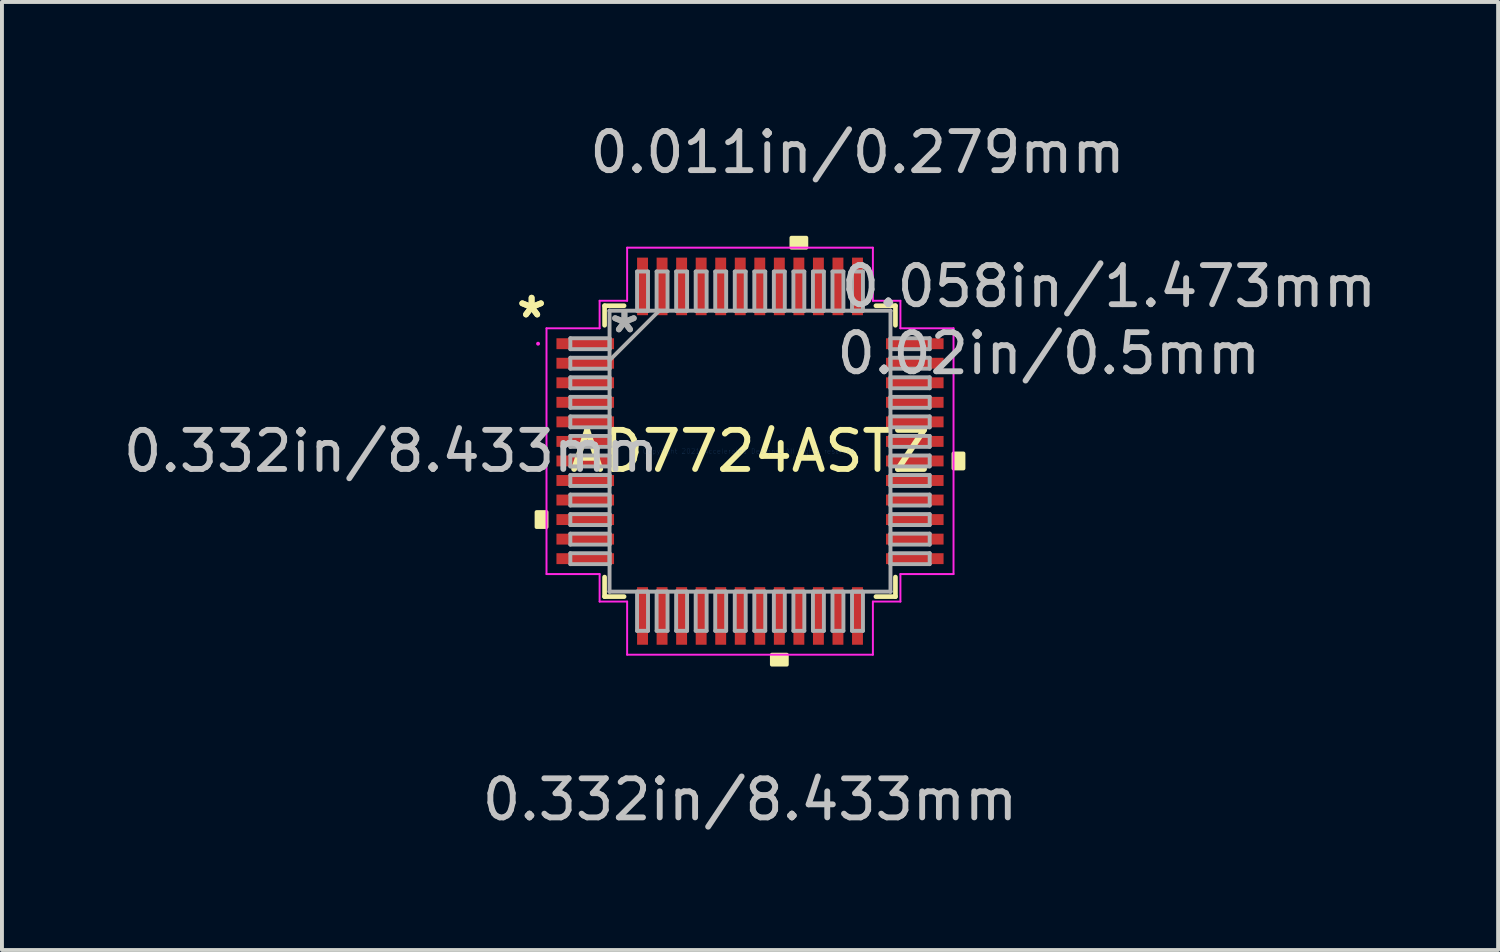
<source format=kicad_pcb>
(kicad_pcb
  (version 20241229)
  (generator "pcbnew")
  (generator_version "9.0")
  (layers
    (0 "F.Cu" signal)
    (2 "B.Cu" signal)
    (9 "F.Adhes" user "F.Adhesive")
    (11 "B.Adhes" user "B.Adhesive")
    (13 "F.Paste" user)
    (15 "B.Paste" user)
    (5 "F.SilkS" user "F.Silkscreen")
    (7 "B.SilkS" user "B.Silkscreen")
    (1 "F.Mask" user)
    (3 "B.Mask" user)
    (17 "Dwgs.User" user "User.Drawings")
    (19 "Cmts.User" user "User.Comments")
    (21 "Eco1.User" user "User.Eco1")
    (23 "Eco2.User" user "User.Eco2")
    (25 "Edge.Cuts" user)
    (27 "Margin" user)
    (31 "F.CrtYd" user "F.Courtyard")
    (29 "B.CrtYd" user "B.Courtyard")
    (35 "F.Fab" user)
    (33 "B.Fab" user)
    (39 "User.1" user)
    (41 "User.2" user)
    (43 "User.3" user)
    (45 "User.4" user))
  (footprint "AD7724ASTZ"
    (layer "F.Cu")
    (at 16.14 8.494)
    (property "Reference" "AD7724ASTZ" (at 0 0 0) (layer "F.SilkS") (effects (font (size 1 1) (thickness 0.15))))
    (attr through_hole)
    (fp_line (start -3.721 -3.721) (end -3.721 -3.222) (stroke (width 0.12) (type solid)) (layer "F.SilkS"))
    (fp_line (start -3.721 3.222) (end -3.721 3.721) (stroke (width 0.12) (type solid)) (layer "F.SilkS"))
    (fp_line (start -3.721 3.721) (end -3.222 3.721) (stroke (width 0.12) (type solid)) (layer "F.SilkS"))
    (fp_line (start -3.222 -3.721) (end -3.721 -3.721) (stroke (width 0.12) (type solid)) (layer "F.SilkS"))
    (fp_line (start 3.222 3.721) (end 3.721 3.721) (stroke (width 0.12) (type solid)) (layer "F.SilkS"))
    (fp_line (start 3.721 -3.721) (end 3.222 -3.721) (stroke (width 0.12) (type solid)) (layer "F.SilkS"))
    (fp_line (start 3.721 -3.222) (end 3.721 -3.721) (stroke (width 0.12) (type solid)) (layer "F.SilkS"))
    (fp_line (start 3.721 3.721) (end 3.721 3.222) (stroke (width 0.12) (type solid)) (layer "F.SilkS"))
    (fp_poly (pts (xy -5.461 1.559) (xy -5.461 1.94) (xy -5.207 1.94) (xy -5.207 1.559)) (stroke (width 0.1) (type solid)) (fill yes) (layer "F.SilkS"))
    (fp_poly (pts (xy 0.56 5.207) (xy 0.56 5.461) (xy 0.941 5.461) (xy 0.941 5.207)) (stroke (width 0.1) (type solid)) (fill yes) (layer "F.SilkS"))
    (fp_poly (pts (xy 1.06 -5.207) (xy 1.06 -5.461) (xy 1.44 -5.461) (xy 1.44 -5.207)) (stroke (width 0.1) (type solid)) (fill yes) (layer "F.SilkS"))
    (fp_poly (pts (xy 5.461 0.059) (xy 5.461 0.441) (xy 5.207 0.441) (xy 5.207 0.059)) (stroke (width 0.1) (type solid)) (fill yes) (layer "F.SilkS"))
    (fp_line (start -5.207 -3.144) (end -3.848 -3.144) (stroke (width 0.05) (type solid)) (layer "F.CrtYd"))
    (fp_line (start -5.207 3.144) (end -5.207 -3.144) (stroke (width 0.05) (type solid)) (layer "F.CrtYd"))
    (fp_line (start -3.848 -3.848) (end -3.144 -3.848) (stroke (width 0.05) (type solid)) (layer "F.CrtYd"))
    (fp_line (start -3.848 -3.144) (end -3.848 -3.848) (stroke (width 0.05) (type solid)) (layer "F.CrtYd"))
    (fp_line (start -3.848 3.144) (end -5.207 3.144) (stroke (width 0.05) (type solid)) (layer "F.CrtYd"))
    (fp_line (start -3.848 3.848) (end -3.848 3.144) (stroke (width 0.05) (type solid)) (layer "F.CrtYd"))
    (fp_line (start -3.144 -5.207) (end 3.144 -5.207) (stroke (width 0.05) (type solid)) (layer "F.CrtYd"))
    (fp_line (start -3.144 -3.848) (end -3.144 -5.207) (stroke (width 0.05) (type solid)) (layer "F.CrtYd"))
    (fp_line (start -3.144 3.848) (end -3.848 3.848) (stroke (width 0.05) (type solid)) (layer "F.CrtYd"))
    (fp_line (start -3.144 5.207) (end -3.144 3.848) (stroke (width 0.05) (type solid)) (layer "F.CrtYd"))
    (fp_line (start 3.144 -5.207) (end 3.144 -3.848) (stroke (width 0.05) (type solid)) (layer "F.CrtYd"))
    (fp_line (start 3.144 -3.848) (end 3.848 -3.848) (stroke (width 0.05) (type solid)) (layer "F.CrtYd"))
    (fp_line (start 3.144 3.848) (end 3.144 5.207) (stroke (width 0.05) (type solid)) (layer "F.CrtYd"))
    (fp_line (start 3.144 5.207) (end -3.144 5.207) (stroke (width 0.05) (type solid)) (layer "F.CrtYd"))
    (fp_line (start 3.848 -3.848) (end 3.848 -3.144) (stroke (width 0.05) (type solid)) (layer "F.CrtYd"))
    (fp_line (start 3.848 -3.144) (end 5.207 -3.144) (stroke (width 0.05) (type solid)) (layer "F.CrtYd"))
    (fp_line (start 3.848 3.144) (end 3.848 3.848) (stroke (width 0.05) (type solid)) (layer "F.CrtYd"))
    (fp_line (start 3.848 3.848) (end 3.144 3.848) (stroke (width 0.05) (type solid)) (layer "F.CrtYd"))
    (fp_line (start 5.207 -3.144) (end 5.207 3.144) (stroke (width 0.05) (type solid)) (layer "F.CrtYd"))
    (fp_line (start 5.207 3.144) (end 3.848 3.144) (stroke (width 0.05) (type solid)) (layer "F.CrtYd"))
    (fp_circle (center -5.423 -2.75) (end -5.423 -2.75) (stroke (width 0.05) (type solid)) (fill no) (layer "F.CrtYd"))
    (fp_line (start -4.597 -2.89) (end -4.597 -2.61) (stroke (width 0.1) (type solid)) (layer "F.Fab"))
    (fp_line (start -4.597 -2.61) (end -3.594 -2.61) (stroke (width 0.1) (type solid)) (layer "F.Fab"))
    (fp_line (start -4.597 -2.39) (end -4.597 -2.11) (stroke (width 0.1) (type solid)) (layer "F.Fab"))
    (fp_line (start -4.597 -2.11) (end -3.594 -2.11) (stroke (width 0.1) (type solid)) (layer "F.Fab"))
    (fp_line (start -4.597 -1.89) (end -4.597 -1.61) (stroke (width 0.1) (type solid)) (layer "F.Fab"))
    (fp_line (start -4.597 -1.61) (end -3.594 -1.61) (stroke (width 0.1) (type solid)) (layer "F.Fab"))
    (fp_line (start -4.597 -1.39) (end -4.597 -1.11) (stroke (width 0.1) (type solid)) (layer "F.Fab"))
    (fp_line (start -4.597 -1.11) (end -3.594 -1.11) (stroke (width 0.1) (type solid)) (layer "F.Fab"))
    (fp_line (start -4.597 -0.89) (end -4.597 -0.61) (stroke (width 0.1) (type solid)) (layer "F.Fab"))
    (fp_line (start -4.597 -0.61) (end -3.594 -0.61) (stroke (width 0.1) (type solid)) (layer "F.Fab"))
    (fp_line (start -4.597 -0.39) (end -4.597 -0.11) (stroke (width 0.1) (type solid)) (layer "F.Fab"))
    (fp_line (start -4.597 -0.11) (end -3.594 -0.11) (stroke (width 0.1) (type solid)) (layer "F.Fab"))
    (fp_line (start -4.597 0.11) (end -4.597 0.39) (stroke (width 0.1) (type solid)) (layer "F.Fab"))
    (fp_line (start -4.597 0.39) (end -3.594 0.39) (stroke (width 0.1) (type solid)) (layer "F.Fab"))
    (fp_line (start -4.597 0.61) (end -4.597 0.89) (stroke (width 0.1) (type solid)) (layer "F.Fab"))
    (fp_line (start -4.597 0.89) (end -3.594 0.89) (stroke (width 0.1) (type solid)) (layer "F.Fab"))
    (fp_line (start -4.597 1.11) (end -4.597 1.39) (stroke (width 0.1) (type solid)) (layer "F.Fab"))
    (fp_line (start -4.597 1.39) (end -3.594 1.39) (stroke (width 0.1) (type solid)) (layer "F.Fab"))
    (fp_line (start -4.597 1.61) (end -4.597 1.89) (stroke (width 0.1) (type solid)) (layer "F.Fab"))
    (fp_line (start -4.597 1.89) (end -3.594 1.89) (stroke (width 0.1) (type solid)) (layer "F.Fab"))
    (fp_line (start -4.597 2.11) (end -4.597 2.39) (stroke (width 0.1) (type solid)) (layer "F.Fab"))
    (fp_line (start -4.597 2.39) (end -3.594 2.39) (stroke (width 0.1) (type solid)) (layer "F.Fab"))
    (fp_line (start -4.597 2.61) (end -4.597 2.89) (stroke (width 0.1) (type solid)) (layer "F.Fab"))
    (fp_line (start -4.597 2.89) (end -3.594 2.89) (stroke (width 0.1) (type solid)) (layer "F.Fab"))
    (fp_line (start -3.594 -3.594) (end -3.594 -3.594) (stroke (width 0.1) (type solid)) (layer "F.Fab"))
    (fp_line (start -3.594 -3.594) (end -3.594 3.594) (stroke (width 0.1) (type solid)) (layer "F.Fab"))
    (fp_line (start -3.594 -2.89) (end -4.597 -2.89) (stroke (width 0.1) (type solid)) (layer "F.Fab"))
    (fp_line (start -3.594 -2.61) (end -3.594 -2.89) (stroke (width 0.1) (type solid)) (layer "F.Fab"))
    (fp_line (start -3.594 -2.39) (end -4.597 -2.39) (stroke (width 0.1) (type solid)) (layer "F.Fab"))
    (fp_line (start -3.594 -2.324) (end -2.324 -3.594) (stroke (width 0.1) (type solid)) (layer "F.Fab"))
    (fp_line (start -3.594 -2.11) (end -3.594 -2.39) (stroke (width 0.1) (type solid)) (layer "F.Fab"))
    (fp_line (start -3.594 -1.89) (end -4.597 -1.89) (stroke (width 0.1) (type solid)) (layer "F.Fab"))
    (fp_line (start -3.594 -1.61) (end -3.594 -1.89) (stroke (width 0.1) (type solid)) (layer "F.Fab"))
    (fp_line (start -3.594 -1.39) (end -4.597 -1.39) (stroke (width 0.1) (type solid)) (layer "F.Fab"))
    (fp_line (start -3.594 -1.11) (end -3.594 -1.39) (stroke (width 0.1) (type solid)) (layer "F.Fab"))
    (fp_line (start -3.594 -0.89) (end -4.597 -0.89) (stroke (width 0.1) (type solid)) (layer "F.Fab"))
    (fp_line (start -3.594 -0.61) (end -3.594 -0.89) (stroke (width 0.1) (type solid)) (layer "F.Fab"))
    (fp_line (start -3.594 -0.39) (end -4.597 -0.39) (stroke (width 0.1) (type solid)) (layer "F.Fab"))
    (fp_line (start -3.594 -0.11) (end -3.594 -0.39) (stroke (width 0.1) (type solid)) (layer "F.Fab"))
    (fp_line (start -3.594 0.11) (end -4.597 0.11) (stroke (width 0.1) (type solid)) (layer "F.Fab"))
    (fp_line (start -3.594 0.39) (end -3.594 0.11) (stroke (width 0.1) (type solid)) (layer "F.Fab"))
    (fp_line (start -3.594 0.61) (end -4.597 0.61) (stroke (width 0.1) (type solid)) (layer "F.Fab"))
    (fp_line (start -3.594 0.89) (end -3.594 0.61) (stroke (width 0.1) (type solid)) (layer "F.Fab"))
    (fp_line (start -3.594 1.11) (end -4.597 1.11) (stroke (width 0.1) (type solid)) (layer "F.Fab"))
    (fp_line (start -3.594 1.39) (end -3.594 1.11) (stroke (width 0.1) (type solid)) (layer "F.Fab"))
    (fp_line (start -3.594 1.61) (end -4.597 1.61) (stroke (width 0.1) (type solid)) (layer "F.Fab"))
    (fp_line (start -3.594 1.89) (end -3.594 1.61) (stroke (width 0.1) (type solid)) (layer "F.Fab"))
    (fp_line (start -3.594 2.11) (end -4.597 2.11) (stroke (width 0.1) (type solid)) (layer "F.Fab"))
    (fp_line (start -3.594 2.39) (end -3.594 2.11) (stroke (width 0.1) (type solid)) (layer "F.Fab"))
    (fp_line (start -3.594 2.61) (end -4.597 2.61) (stroke (width 0.1) (type solid)) (layer "F.Fab"))
    (fp_line (start -3.594 2.89) (end -3.594 2.61) (stroke (width 0.1) (type solid)) (layer "F.Fab"))
    (fp_line (start -3.594 3.594) (end -3.594 3.594) (stroke (width 0.1) (type solid)) (layer "F.Fab"))
    (fp_line (start -3.594 3.594) (end 3.594 3.594) (stroke (width 0.1) (type solid)) (layer "F.Fab"))
    (fp_line (start -2.89 -4.597) (end -2.89 -3.594) (stroke (width 0.1) (type solid)) (layer "F.Fab"))
    (fp_line (start -2.89 -3.594) (end -2.61 -3.594) (stroke (width 0.1) (type solid)) (layer "F.Fab"))
    (fp_line (start -2.89 3.594) (end -2.89 4.597) (stroke (width 0.1) (type solid)) (layer "F.Fab"))
    (fp_line (start -2.89 4.597) (end -2.61 4.597) (stroke (width 0.1) (type solid)) (layer "F.Fab"))
    (fp_line (start -2.61 -4.597) (end -2.89 -4.597) (stroke (width 0.1) (type solid)) (layer "F.Fab"))
    (fp_line (start -2.61 -3.594) (end -2.61 -4.597) (stroke (width 0.1) (type solid)) (layer "F.Fab"))
    (fp_line (start -2.61 3.594) (end -2.89 3.594) (stroke (width 0.1) (type solid)) (layer "F.Fab"))
    (fp_line (start -2.61 4.597) (end -2.61 3.594) (stroke (width 0.1) (type solid)) (layer "F.Fab"))
    (fp_line (start -2.39 -4.597) (end -2.39 -3.594) (stroke (width 0.1) (type solid)) (layer "F.Fab"))
    (fp_line (start -2.39 -3.594) (end -2.11 -3.594) (stroke (width 0.1) (type solid)) (layer "F.Fab"))
    (fp_line (start -2.39 3.594) (end -2.39 4.597) (stroke (width 0.1) (type solid)) (layer "F.Fab"))
    (fp_line (start -2.39 4.597) (end -2.11 4.597) (stroke (width 0.1) (type solid)) (layer "F.Fab"))
    (fp_line (start -2.11 -4.597) (end -2.39 -4.597) (stroke (width 0.1) (type solid)) (layer "F.Fab"))
    (fp_line (start -2.11 -3.594) (end -2.11 -4.597) (stroke (width 0.1) (type solid)) (layer "F.Fab"))
    (fp_line (start -2.11 3.594) (end -2.39 3.594) (stroke (width 0.1) (type solid)) (layer "F.Fab"))
    (fp_line (start -2.11 4.597) (end -2.11 3.594) (stroke (width 0.1) (type solid)) (layer "F.Fab"))
    (fp_line (start -1.89 -4.597) (end -1.89 -3.594) (stroke (width 0.1) (type solid)) (layer "F.Fab"))
    (fp_line (start -1.89 -3.594) (end -1.61 -3.594) (stroke (width 0.1) (type solid)) (layer "F.Fab"))
    (fp_line (start -1.89 3.594) (end -1.89 4.597) (stroke (width 0.1) (type solid)) (layer "F.Fab"))
    (fp_line (start -1.89 4.597) (end -1.61 4.597) (stroke (width 0.1) (type solid)) (layer "F.Fab"))
    (fp_line (start -1.61 -4.597) (end -1.89 -4.597) (stroke (width 0.1) (type solid)) (layer "F.Fab"))
    (fp_line (start -1.61 -3.594) (end -1.61 -4.597) (stroke (width 0.1) (type solid)) (layer "F.Fab"))
    (fp_line (start -1.61 3.594) (end -1.89 3.594) (stroke (width 0.1) (type solid)) (layer "F.Fab"))
    (fp_line (start -1.61 4.597) (end -1.61 3.594) (stroke (width 0.1) (type solid)) (layer "F.Fab"))
    (fp_line (start -1.39 -4.597) (end -1.39 -3.594) (stroke (width 0.1) (type solid)) (layer "F.Fab"))
    (fp_line (start -1.39 -3.594) (end -1.11 -3.594) (stroke (width 0.1) (type solid)) (layer "F.Fab"))
    (fp_line (start -1.39 3.594) (end -1.39 4.597) (stroke (width 0.1) (type solid)) (layer "F.Fab"))
    (fp_line (start -1.39 4.597) (end -1.11 4.597) (stroke (width 0.1) (type solid)) (layer "F.Fab"))
    (fp_line (start -1.11 -4.597) (end -1.39 -4.597) (stroke (width 0.1) (type solid)) (layer "F.Fab"))
    (fp_line (start -1.11 -3.594) (end -1.11 -4.597) (stroke (width 0.1) (type solid)) (layer "F.Fab"))
    (fp_line (start -1.11 3.594) (end -1.39 3.594) (stroke (width 0.1) (type solid)) (layer "F.Fab"))
    (fp_line (start -1.11 4.597) (end -1.11 3.594) (stroke (width 0.1) (type solid)) (layer "F.Fab"))
    (fp_line (start -0.89 -4.597) (end -0.89 -3.594) (stroke (width 0.1) (type solid)) (layer "F.Fab"))
    (fp_line (start -0.89 -3.594) (end -0.61 -3.594) (stroke (width 0.1) (type solid)) (layer "F.Fab"))
    (fp_line (start -0.89 3.594) (end -0.89 4.597) (stroke (width 0.1) (type solid)) (layer "F.Fab"))
    (fp_line (start -0.89 4.597) (end -0.61 4.597) (stroke (width 0.1) (type solid)) (layer "F.Fab"))
    (fp_line (start -0.61 -4.597) (end -0.89 -4.597) (stroke (width 0.1) (type solid)) (layer "F.Fab"))
    (fp_line (start -0.61 -3.594) (end -0.61 -4.597) (stroke (width 0.1) (type solid)) (layer "F.Fab"))
    (fp_line (start -0.61 3.594) (end -0.89 3.594) (stroke (width 0.1) (type solid)) (layer "F.Fab"))
    (fp_line (start -0.61 4.597) (end -0.61 3.594) (stroke (width 0.1) (type solid)) (layer "F.Fab"))
    (fp_line (start -0.39 -4.597) (end -0.39 -3.594) (stroke (width 0.1) (type solid)) (layer "F.Fab"))
    (fp_line (start -0.39 -3.594) (end -0.11 -3.594) (stroke (width 0.1) (type solid)) (layer "F.Fab"))
    (fp_line (start -0.39 3.594) (end -0.39 4.597) (stroke (width 0.1) (type solid)) (layer "F.Fab"))
    (fp_line (start -0.39 4.597) (end -0.11 4.597) (stroke (width 0.1) (type solid)) (layer "F.Fab"))
    (fp_line (start -0.11 -4.597) (end -0.39 -4.597) (stroke (width 0.1) (type solid)) (layer "F.Fab"))
    (fp_line (start -0.11 -3.594) (end -0.11 -4.597) (stroke (width 0.1) (type solid)) (layer "F.Fab"))
    (fp_line (start -0.11 3.594) (end -0.39 3.594) (stroke (width 0.1) (type solid)) (layer "F.Fab"))
    (fp_line (start -0.11 4.597) (end -0.11 3.594) (stroke (width 0.1) (type solid)) (layer "F.Fab"))
    (fp_line (start 0.11 -4.597) (end 0.11 -3.594) (stroke (width 0.1) (type solid)) (layer "F.Fab"))
    (fp_line (start 0.11 -3.594) (end 0.39 -3.594) (stroke (width 0.1) (type solid)) (layer "F.Fab"))
    (fp_line (start 0.11 3.594) (end 0.11 4.597) (stroke (width 0.1) (type solid)) (layer "F.Fab"))
    (fp_line (start 0.11 4.597) (end 0.39 4.597) (stroke (width 0.1) (type solid)) (layer "F.Fab"))
    (fp_line (start 0.39 -4.597) (end 0.11 -4.597) (stroke (width 0.1) (type solid)) (layer "F.Fab"))
    (fp_line (start 0.39 -3.594) (end 0.39 -4.597) (stroke (width 0.1) (type solid)) (layer "F.Fab"))
    (fp_line (start 0.39 3.594) (end 0.11 3.594) (stroke (width 0.1) (type solid)) (layer "F.Fab"))
    (fp_line (start 0.39 4.597) (end 0.39 3.594) (stroke (width 0.1) (type solid)) (layer "F.Fab"))
    (fp_line (start 0.61 -4.597) (end 0.61 -3.594) (stroke (width 0.1) (type solid)) (layer "F.Fab"))
    (fp_line (start 0.61 -3.594) (end 0.89 -3.594) (stroke (width 0.1) (type solid)) (layer "F.Fab"))
    (fp_line (start 0.61 3.594) (end 0.61 4.597) (stroke (width 0.1) (type solid)) (layer "F.Fab"))
    (fp_line (start 0.61 4.597) (end 0.89 4.597) (stroke (width 0.1) (type solid)) (layer "F.Fab"))
    (fp_line (start 0.89 -4.597) (end 0.61 -4.597) (stroke (width 0.1) (type solid)) (layer "F.Fab"))
    (fp_line (start 0.89 -3.594) (end 0.89 -4.597) (stroke (width 0.1) (type solid)) (layer "F.Fab"))
    (fp_line (start 0.89 3.594) (end 0.61 3.594) (stroke (width 0.1) (type solid)) (layer "F.Fab"))
    (fp_line (start 0.89 4.597) (end 0.89 3.594) (stroke (width 0.1) (type solid)) (layer "F.Fab"))
    (fp_line (start 1.11 -4.597) (end 1.11 -3.594) (stroke (width 0.1) (type solid)) (layer "F.Fab"))
    (fp_line (start 1.11 -3.594) (end 1.39 -3.594) (stroke (width 0.1) (type solid)) (layer "F.Fab"))
    (fp_line (start 1.11 3.594) (end 1.11 4.597) (stroke (width 0.1) (type solid)) (layer "F.Fab"))
    (fp_line (start 1.11 4.597) (end 1.39 4.597) (stroke (width 0.1) (type solid)) (layer "F.Fab"))
    (fp_line (start 1.39 -4.597) (end 1.11 -4.597) (stroke (width 0.1) (type solid)) (layer "F.Fab"))
    (fp_line (start 1.39 -3.594) (end 1.39 -4.597) (stroke (width 0.1) (type solid)) (layer "F.Fab"))
    (fp_line (start 1.39 3.594) (end 1.11 3.594) (stroke (width 0.1) (type solid)) (layer "F.Fab"))
    (fp_line (start 1.39 4.597) (end 1.39 3.594) (stroke (width 0.1) (type solid)) (layer "F.Fab"))
    (fp_line (start 1.61 -4.597) (end 1.61 -3.594) (stroke (width 0.1) (type solid)) (layer "F.Fab"))
    (fp_line (start 1.61 -3.594) (end 1.89 -3.594) (stroke (width 0.1) (type solid)) (layer "F.Fab"))
    (fp_line (start 1.61 3.594) (end 1.61 4.597) (stroke (width 0.1) (type solid)) (layer "F.Fab"))
    (fp_line (start 1.61 4.597) (end 1.89 4.597) (stroke (width 0.1) (type solid)) (layer "F.Fab"))
    (fp_line (start 1.89 -4.597) (end 1.61 -4.597) (stroke (width 0.1) (type solid)) (layer "F.Fab"))
    (fp_line (start 1.89 -3.594) (end 1.89 -4.597) (stroke (width 0.1) (type solid)) (layer "F.Fab"))
    (fp_line (start 1.89 3.594) (end 1.61 3.594) (stroke (width 0.1) (type solid)) (layer "F.Fab"))
    (fp_line (start 1.89 4.597) (end 1.89 3.594) (stroke (width 0.1) (type solid)) (layer "F.Fab"))
    (fp_line (start 2.11 -4.597) (end 2.11 -3.594) (stroke (width 0.1) (type solid)) (layer "F.Fab"))
    (fp_line (start 2.11 -3.594) (end 2.39 -3.594) (stroke (width 0.1) (type solid)) (layer "F.Fab"))
    (fp_line (start 2.11 3.594) (end 2.11 4.597) (stroke (width 0.1) (type solid)) (layer "F.Fab"))
    (fp_line (start 2.11 4.597) (end 2.39 4.597) (stroke (width 0.1) (type solid)) (layer "F.Fab"))
    (fp_line (start 2.39 -4.597) (end 2.11 -4.597) (stroke (width 0.1) (type solid)) (layer "F.Fab"))
    (fp_line (start 2.39 -3.594) (end 2.39 -4.597) (stroke (width 0.1) (type solid)) (layer "F.Fab"))
    (fp_line (start 2.39 3.594) (end 2.11 3.594) (stroke (width 0.1) (type solid)) (layer "F.Fab"))
    (fp_line (start 2.39 4.597) (end 2.39 3.594) (stroke (width 0.1) (type solid)) (layer "F.Fab"))
    (fp_line (start 2.61 -4.597) (end 2.61 -3.594) (stroke (width 0.1) (type solid)) (layer "F.Fab"))
    (fp_line (start 2.61 -3.594) (end 2.89 -3.594) (stroke (width 0.1) (type solid)) (layer "F.Fab"))
    (fp_line (start 2.61 3.594) (end 2.61 4.597) (stroke (width 0.1) (type solid)) (layer "F.Fab"))
    (fp_line (start 2.61 4.597) (end 2.89 4.597) (stroke (width 0.1) (type solid)) (layer "F.Fab"))
    (fp_line (start 2.89 -4.597) (end 2.61 -4.597) (stroke (width 0.1) (type solid)) (layer "F.Fab"))
    (fp_line (start 2.89 -3.594) (end 2.89 -4.597) (stroke (width 0.1) (type solid)) (layer "F.Fab"))
    (fp_line (start 2.89 3.594) (end 2.61 3.594) (stroke (width 0.1) (type solid)) (layer "F.Fab"))
    (fp_line (start 2.89 4.597) (end 2.89 3.594) (stroke (width 0.1) (type solid)) (layer "F.Fab"))
    (fp_line (start 3.594 -3.594) (end -3.594 -3.594) (stroke (width 0.1) (type solid)) (layer "F.Fab"))
    (fp_line (start 3.594 -3.594) (end 3.594 -3.594) (stroke (width 0.1) (type solid)) (layer "F.Fab"))
    (fp_line (start 3.594 -2.89) (end 3.594 -2.61) (stroke (width 0.1) (type solid)) (layer "F.Fab"))
    (fp_line (start 3.594 -2.61) (end 4.597 -2.61) (stroke (width 0.1) (type solid)) (layer "F.Fab"))
    (fp_line (start 3.594 -2.39) (end 3.594 -2.11) (stroke (width 0.1) (type solid)) (layer "F.Fab"))
    (fp_line (start 3.594 -2.11) (end 4.597 -2.11) (stroke (width 0.1) (type solid)) (layer "F.Fab"))
    (fp_line (start 3.594 -1.89) (end 3.594 -1.61) (stroke (width 0.1) (type solid)) (layer "F.Fab"))
    (fp_line (start 3.594 -1.61) (end 4.597 -1.61) (stroke (width 0.1) (type solid)) (layer "F.Fab"))
    (fp_line (start 3.594 -1.39) (end 3.594 -1.11) (stroke (width 0.1) (type solid)) (layer "F.Fab"))
    (fp_line (start 3.594 -1.11) (end 4.597 -1.11) (stroke (width 0.1) (type solid)) (layer "F.Fab"))
    (fp_line (start 3.594 -0.89) (end 3.594 -0.61) (stroke (width 0.1) (type solid)) (layer "F.Fab"))
    (fp_line (start 3.594 -0.61) (end 4.597 -0.61) (stroke (width 0.1) (type solid)) (layer "F.Fab"))
    (fp_line (start 3.594 -0.39) (end 3.594 -0.11) (stroke (width 0.1) (type solid)) (layer "F.Fab"))
    (fp_line (start 3.594 -0.11) (end 4.597 -0.11) (stroke (width 0.1) (type solid)) (layer "F.Fab"))
    (fp_line (start 3.594 0.11) (end 3.594 0.39) (stroke (width 0.1) (type solid)) (layer "F.Fab"))
    (fp_line (start 3.594 0.39) (end 4.597 0.39) (stroke (width 0.1) (type solid)) (layer "F.Fab"))
    (fp_line (start 3.594 0.61) (end 3.594 0.89) (stroke (width 0.1) (type solid)) (layer "F.Fab"))
    (fp_line (start 3.594 0.89) (end 4.597 0.89) (stroke (width 0.1) (type solid)) (layer "F.Fab"))
    (fp_line (start 3.594 1.11) (end 3.594 1.39) (stroke (width 0.1) (type solid)) (layer "F.Fab"))
    (fp_line (start 3.594 1.39) (end 4.597 1.39) (stroke (width 0.1) (type solid)) (layer "F.Fab"))
    (fp_line (start 3.594 1.61) (end 3.594 1.89) (stroke (width 0.1) (type solid)) (layer "F.Fab"))
    (fp_line (start 3.594 1.89) (end 4.597 1.89) (stroke (width 0.1) (type solid)) (layer "F.Fab"))
    (fp_line (start 3.594 2.11) (end 3.594 2.39) (stroke (width 0.1) (type solid)) (layer "F.Fab"))
    (fp_line (start 3.594 2.39) (end 4.597 2.39) (stroke (width 0.1) (type solid)) (layer "F.Fab"))
    (fp_line (start 3.594 2.61) (end 3.594 2.89) (stroke (width 0.1) (type solid)) (layer "F.Fab"))
    (fp_line (start 3.594 2.89) (end 4.597 2.89) (stroke (width 0.1) (type solid)) (layer "F.Fab"))
    (fp_line (start 3.594 3.594) (end 3.594 -3.594) (stroke (width 0.1) (type solid)) (layer "F.Fab"))
    (fp_line (start 3.594 3.594) (end 3.594 3.594) (stroke (width 0.1) (type solid)) (layer "F.Fab"))
    (fp_line (start 4.597 -2.89) (end 3.594 -2.89) (stroke (width 0.1) (type solid)) (layer "F.Fab"))
    (fp_line (start 4.597 -2.61) (end 4.597 -2.89) (stroke (width 0.1) (type solid)) (layer "F.Fab"))
    (fp_line (start 4.597 -2.39) (end 3.594 -2.39) (stroke (width 0.1) (type solid)) (layer "F.Fab"))
    (fp_line (start 4.597 -2.11) (end 4.597 -2.39) (stroke (width 0.1) (type solid)) (layer "F.Fab"))
    (fp_line (start 4.597 -1.89) (end 3.594 -1.89) (stroke (width 0.1) (type solid)) (layer "F.Fab"))
    (fp_line (start 4.597 -1.61) (end 4.597 -1.89) (stroke (width 0.1) (type solid)) (layer "F.Fab"))
    (fp_line (start 4.597 -1.39) (end 3.594 -1.39) (stroke (width 0.1) (type solid)) (layer "F.Fab"))
    (fp_line (start 4.597 -1.11) (end 4.597 -1.39) (stroke (width 0.1) (type solid)) (layer "F.Fab"))
    (fp_line (start 4.597 -0.89) (end 3.594 -0.89) (stroke (width 0.1) (type solid)) (layer "F.Fab"))
    (fp_line (start 4.597 -0.61) (end 4.597 -0.89) (stroke (width 0.1) (type solid)) (layer "F.Fab"))
    (fp_line (start 4.597 -0.39) (end 3.594 -0.39) (stroke (width 0.1) (type solid)) (layer "F.Fab"))
    (fp_line (start 4.597 -0.11) (end 4.597 -0.39) (stroke (width 0.1) (type solid)) (layer "F.Fab"))
    (fp_line (start 4.597 0.11) (end 3.594 0.11) (stroke (width 0.1) (type solid)) (layer "F.Fab"))
    (fp_line (start 4.597 0.39) (end 4.597 0.11) (stroke (width 0.1) (type solid)) (layer "F.Fab"))
    (fp_line (start 4.597 0.61) (end 3.594 0.61) (stroke (width 0.1) (type solid)) (layer "F.Fab"))
    (fp_line (start 4.597 0.89) (end 4.597 0.61) (stroke (width 0.1) (type solid)) (layer "F.Fab"))
    (fp_line (start 4.597 1.11) (end 3.594 1.11) (stroke (width 0.1) (type solid)) (layer "F.Fab"))
    (fp_line (start 4.597 1.39) (end 4.597 1.11) (stroke (width 0.1) (type solid)) (layer "F.Fab"))
    (fp_line (start 4.597 1.61) (end 3.594 1.61) (stroke (width 0.1) (type solid)) (layer "F.Fab"))
    (fp_line (start 4.597 1.89) (end 4.597 1.61) (stroke (width 0.1) (type solid)) (layer "F.Fab"))
    (fp_line (start 4.597 2.11) (end 3.594 2.11) (stroke (width 0.1) (type solid)) (layer "F.Fab"))
    (fp_line (start 4.597 2.39) (end 4.597 2.11) (stroke (width 0.1) (type solid)) (layer "F.Fab"))
    (fp_line (start 4.597 2.61) (end 3.594 2.61) (stroke (width 0.1) (type solid)) (layer "F.Fab"))
    (fp_line (start 4.597 2.89) (end 4.597 2.61) (stroke (width 0.1) (type solid)) (layer "F.Fab"))
    (fp_text user "*" (at -5.588 -3.381 0) (layer "F.SilkS") (effects (font (size 1 1) (thickness 0.15))))
    (fp_text user "*" (at -5.588 -3.381 0) (layer "F.SilkS") (effects (font (size 1 1) (thickness 0.15))))
    (fp_text user "0.332in/8.433mm" (at -9.182 0 0) (layer "Dwgs.User") (effects (font (size 1 1) (thickness 0.15))))
    (fp_text user "0.02in/0.5mm" (at 7.645 -2.5 0) (layer "Dwgs.User") (effects (font (size 1 1) (thickness 0.15))))
    (fp_text user "0.332in/8.433mm" (at 0 8.915 0) (layer "Dwgs.User") (effects (font (size 1 1) (thickness 0.15))))
    (fp_text user "0.058in/1.473mm" (at 9.182 -4.216 0) (layer "Dwgs.User") (effects (font (size 1 1) (thickness 0.15))))
    (fp_text user "0.011in/0.279mm" (at 2.75 -7.645 0) (layer "Dwgs.User") (effects (font (size 1 1) (thickness 0.15))))
    (fp_text user "Copyright 2021 Accelerated Designs. All rights reserved." (at 0 0 0) (layer "Cmts.User") (effects (font (size 0.127 0.127) (thickness 0.002))))
    (fp_text user "*" (at -3.213 -3 0) (layer "F.Fab") (effects (font (size 1 1) (thickness 0.15))))
    (fp_text user "*" (at -3.213 -3 0) (layer "F.Fab") (effects (font (size 1 1) (thickness 0.15))))
    (pad "1" smd rect (at -4.216 -2.75 90) (size 0.279 1.473) (layers "F.Cu" "F.Mask" "F.Paste"))
    (pad "2" smd rect (at -4.216 -2.25 90) (size 0.279 1.473) (layers "F.Cu" "F.Mask" "F.Paste"))
    (pad "3" smd rect (at -4.216 -1.75 90) (size 0.279 1.473) (layers "F.Cu" "F.Mask" "F.Paste"))
    (pad "4" smd rect (at -4.216 -1.25 90) (size 0.279 1.473) (layers "F.Cu" "F.Mask" "F.Paste"))
    (pad "5" smd rect (at -4.216 -0.75 90) (size 0.279 1.473) (layers "F.Cu" "F.Mask" "F.Paste"))
    (pad "6" smd rect (at -4.216 -0.25 90) (size 0.279 1.473) (layers "F.Cu" "F.Mask" "F.Paste"))
    (pad "7" smd rect (at -4.216 0.25 90) (size 0.279 1.473) (layers "F.Cu" "F.Mask" "F.Paste"))
    (pad "8" smd rect (at -4.216 0.75 90) (size 0.279 1.473) (layers "F.Cu" "F.Mask" "F.Paste"))
    (pad "9" smd rect (at -4.216 1.25 90) (size 0.279 1.473) (layers "F.Cu" "F.Mask" "F.Paste"))
    (pad "10" smd rect (at -4.216 1.75 90) (size 0.279 1.473) (layers "F.Cu" "F.Mask" "F.Paste"))
    (pad "11" smd rect (at -4.216 2.25 90) (size 0.279 1.473) (layers "F.Cu" "F.Mask" "F.Paste"))
    (pad "12" smd rect (at -4.216 2.75 90) (size 0.279 1.473) (layers "F.Cu" "F.Mask" "F.Paste"))
    (pad "13" smd rect (at -2.75 4.216) (size 0.279 1.473) (layers "F.Cu" "F.Mask" "F.Paste"))
    (pad "14" smd rect (at -2.25 4.216) (size 0.279 1.473) (layers "F.Cu" "F.Mask" "F.Paste"))
    (pad "15" smd rect (at -1.75 4.216) (size 0.279 1.473) (layers "F.Cu" "F.Mask" "F.Paste"))
    (pad "16" smd rect (at -1.25 4.216) (size 0.279 1.473) (layers "F.Cu" "F.Mask" "F.Paste"))
    (pad "17" smd rect (at -0.75 4.216) (size 0.279 1.473) (layers "F.Cu" "F.Mask" "F.Paste"))
    (pad "18" smd rect (at -0.25 4.216) (size 0.279 1.473) (layers "F.Cu" "F.Mask" "F.Paste"))
    (pad "19" smd rect (at 0.25 4.216) (size 0.279 1.473) (layers "F.Cu" "F.Mask" "F.Paste"))
    (pad "20" smd rect (at 0.75 4.216) (size 0.279 1.473) (layers "F.Cu" "F.Mask" "F.Paste"))
    (pad "21" smd rect (at 1.25 4.216) (size 0.279 1.473) (layers "F.Cu" "F.Mask" "F.Paste"))
    (pad "22" smd rect (at 1.75 4.216) (size 0.279 1.473) (layers "F.Cu" "F.Mask" "F.Paste"))
    (pad "23" smd rect (at 2.25 4.216) (size 0.279 1.473) (layers "F.Cu" "F.Mask" "F.Paste"))
    (pad "24" smd rect (at 2.75 4.216) (size 0.279 1.473) (layers "F.Cu" "F.Mask" "F.Paste"))
    (pad "25" smd rect (at 4.216 2.75 90) (size 0.279 1.473) (layers "F.Cu" "F.Mask" "F.Paste"))
    (pad "26" smd rect (at 4.216 2.25 90) (size 0.279 1.473) (layers "F.Cu" "F.Mask" "F.Paste"))
    (pad "27" smd rect (at 4.216 1.75 90) (size 0.279 1.473) (layers "F.Cu" "F.Mask" "F.Paste"))
    (pad "28" smd rect (at 4.216 1.25 90) (size 0.279 1.473) (layers "F.Cu" "F.Mask" "F.Paste"))
    (pad "29" smd rect (at 4.216 0.75 90) (size 0.279 1.473) (layers "F.Cu" "F.Mask" "F.Paste"))
    (pad "30" smd rect (at 4.216 0.25 90) (size 0.279 1.473) (layers "F.Cu" "F.Mask" "F.Paste"))
    (pad "31" smd rect (at 4.216 -0.25 90) (size 0.279 1.473) (layers "F.Cu" "F.Mask" "F.Paste"))
    (pad "32" smd rect (at 4.216 -0.75 90) (size 0.279 1.473) (layers "F.Cu" "F.Mask" "F.Paste"))
    (pad "33" smd rect (at 4.216 -1.25 90) (size 0.279 1.473) (layers "F.Cu" "F.Mask" "F.Paste"))
    (pad "34" smd rect (at 4.216 -1.75 90) (size 0.279 1.473) (layers "F.Cu" "F.Mask" "F.Paste"))
    (pad "35" smd rect (at 4.216 -2.25 90) (size 0.279 1.473) (layers "F.Cu" "F.Mask" "F.Paste"))
    (pad "36" smd rect (at 4.216 -2.75 90) (size 0.279 1.473) (layers "F.Cu" "F.Mask" "F.Paste"))
    (pad "37" smd rect (at 2.75 -4.216) (size 0.279 1.473) (layers "F.Cu" "F.Mask" "F.Paste"))
    (pad "38" smd rect (at 2.25 -4.216) (size 0.279 1.473) (layers "F.Cu" "F.Mask" "F.Paste"))
    (pad "39" smd rect (at 1.75 -4.216) (size 0.279 1.473) (layers "F.Cu" "F.Mask" "F.Paste"))
    (pad "40" smd rect (at 1.25 -4.216) (size 0.279 1.473) (layers "F.Cu" "F.Mask" "F.Paste"))
    (pad "41" smd rect (at 0.75 -4.216) (size 0.279 1.473) (layers "F.Cu" "F.Mask" "F.Paste"))
    (pad "42" smd rect (at 0.25 -4.216) (size 0.279 1.473) (layers "F.Cu" "F.Mask" "F.Paste"))
    (pad "43" smd rect (at -0.25 -4.216) (size 0.279 1.473) (layers "F.Cu" "F.Mask" "F.Paste"))
    (pad "44" smd rect (at -0.75 -4.216) (size 0.279 1.473) (layers "F.Cu" "F.Mask" "F.Paste"))
    (pad "45" smd rect (at -1.25 -4.216) (size 0.279 1.473) (layers "F.Cu" "F.Mask" "F.Paste"))
    (pad "46" smd rect (at -1.75 -4.216) (size 0.279 1.473) (layers "F.Cu" "F.Mask" "F.Paste"))
    (pad "47" smd rect (at -2.25 -4.216) (size 0.279 1.473) (layers "F.Cu" "F.Mask" "F.Paste"))
    (pad "48" smd rect (at -2.75 -4.216) (size 0.279 1.473) (layers "F.Cu" "F.Mask" "F.Paste")))
  (gr_rect
    (start -3 -3)
    (end 35.281 21.257)
    (stroke (width 0.1) (type default))
    (fill no)
    (layer "Edge.Cuts")))
</source>
